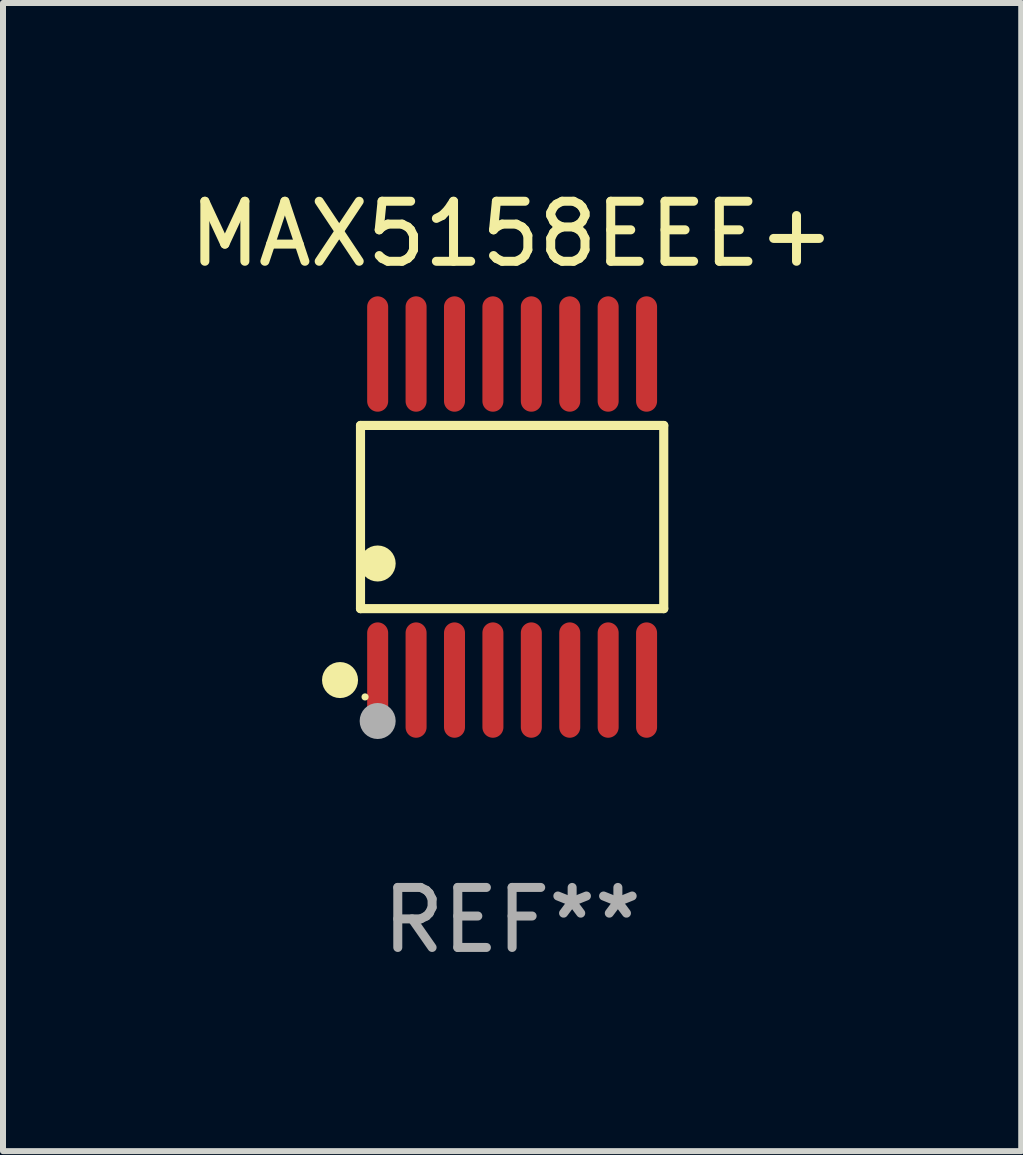
<source format=kicad_pcb>
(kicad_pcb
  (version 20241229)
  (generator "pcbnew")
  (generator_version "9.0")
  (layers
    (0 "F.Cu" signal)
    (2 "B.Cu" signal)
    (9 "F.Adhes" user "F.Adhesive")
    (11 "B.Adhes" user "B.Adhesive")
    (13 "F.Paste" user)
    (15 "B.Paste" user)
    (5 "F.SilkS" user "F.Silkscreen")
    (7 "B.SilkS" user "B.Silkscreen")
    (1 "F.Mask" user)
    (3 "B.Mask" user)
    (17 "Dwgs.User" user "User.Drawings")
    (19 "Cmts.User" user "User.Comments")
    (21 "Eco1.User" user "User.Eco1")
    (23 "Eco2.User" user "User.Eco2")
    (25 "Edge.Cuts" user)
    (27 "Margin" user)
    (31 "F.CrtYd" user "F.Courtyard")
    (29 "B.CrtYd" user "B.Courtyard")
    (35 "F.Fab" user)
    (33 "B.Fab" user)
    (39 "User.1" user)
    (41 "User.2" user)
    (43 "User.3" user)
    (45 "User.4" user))
  (footprint "MAX5158EEE+"
    (layer "F.Cu")
    (at 5.482 5.564)
    (property "Reference" "MAX5158EEE+" (at 0 -4.716 0) (layer "F.SilkS") (effects (font (size 1 1) (thickness 0.15))))
    (attr through_hole)
    (fp_line (start -2.526 -1.526) (end 2.526 -1.526) (stroke (width 0.152) (type solid)) (layer "F.SilkS"))
    (fp_line (start -2.526 1.526) (end -2.526 -1.526) (stroke (width 0.152) (type solid)) (layer "F.SilkS"))
    (fp_line (start 2.526 -1.526) (end 2.526 1.526) (stroke (width 0.152) (type solid)) (layer "F.SilkS"))
    (fp_line (start 2.526 1.526) (end -2.526 1.526) (stroke (width 0.152) (type solid)) (layer "F.SilkS"))
    (fp_circle (center -2.867 2.716) (end -2.717 2.716) (stroke (width 0.3) (type solid)) (fill no) (layer "F.SilkS"))
    (fp_circle (center -2.45 2.997) (end -2.42 2.997) (stroke (width 0.06) (type solid)) (fill no) (layer "F.SilkS"))
    (fp_circle (center -2.24 0.774) (end -2.09 0.774) (stroke (width 0.3) (type solid)) (fill no) (layer "F.SilkS"))
    (fp_circle (center -2.24 3.398) (end -2.09 3.398) (stroke (width 0.3) (type solid)) (fill no) (layer "F.Fab"))
    (fp_text user "REF**" (at 0 6.716 0) (layer "F.Fab") (effects (font (size 1 1) (thickness 0.15))))
    (pad "1" smd oval (at -2.24 2.716) (size 0.35 1.922) (layers "F.Cu" "F.Mask" "F.Paste"))
    (pad "2" smd oval (at -1.6 2.716) (size 0.35 1.922) (layers "F.Cu" "F.Mask" "F.Paste"))
    (pad "3" smd oval (at -0.96 2.716) (size 0.35 1.922) (layers "F.Cu" "F.Mask" "F.Paste"))
    (pad "4" smd oval (at -0.32 2.716) (size 0.35 1.922) (layers "F.Cu" "F.Mask" "F.Paste"))
    (pad "5" smd oval (at 0.32 2.716) (size 0.35 1.922) (layers "F.Cu" "F.Mask" "F.Paste"))
    (pad "6" smd oval (at 0.96 2.716) (size 0.35 1.922) (layers "F.Cu" "F.Mask" "F.Paste"))
    (pad "7" smd oval (at 1.6 2.716) (size 0.35 1.922) (layers "F.Cu" "F.Mask" "F.Paste"))
    (pad "8" smd oval (at 2.24 2.716) (size 0.35 1.922) (layers "F.Cu" "F.Mask" "F.Paste"))
    (pad "9" smd oval (at 2.24 -2.716) (size 0.35 1.922) (layers "F.Cu" "F.Mask" "F.Paste"))
    (pad "10" smd oval (at 1.6 -2.716) (size 0.35 1.922) (layers "F.Cu" "F.Mask" "F.Paste"))
    (pad "11" smd oval (at 0.96 -2.716) (size 0.35 1.922) (layers "F.Cu" "F.Mask" "F.Paste"))
    (pad "12" smd oval (at 0.32 -2.716) (size 0.35 1.922) (layers "F.Cu" "F.Mask" "F.Paste"))
    (pad "13" smd oval (at -0.32 -2.716) (size 0.35 1.922) (layers "F.Cu" "F.Mask" "F.Paste"))
    (pad "14" smd oval (at -0.96 -2.716) (size 0.35 1.922) (layers "F.Cu" "F.Mask" "F.Paste"))
    (pad "15" smd oval (at -1.6 -2.716) (size 0.35 1.922) (layers "F.Cu" "F.Mask" "F.Paste"))
    (pad "16" smd oval (at -2.24 -2.716) (size 0.35 1.922) (layers "F.Cu" "F.Mask" "F.Paste")))
  (gr_rect
    (start -3 -3)
    (end 13.964 16.128)
    (stroke (width 0.1) (type default))
    (fill no)
    (layer "Edge.Cuts")))
</source>
